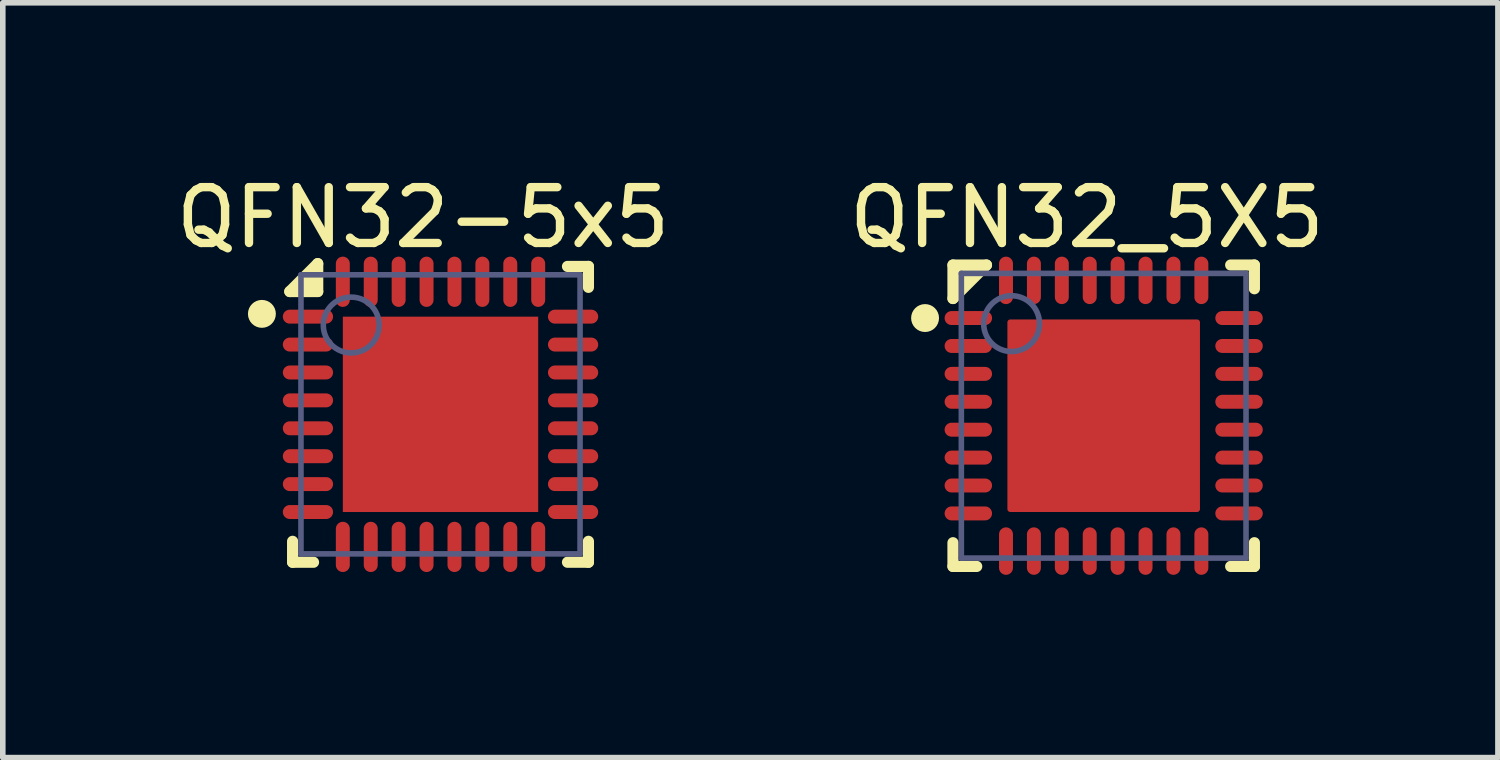
<source format=kicad_pcb>
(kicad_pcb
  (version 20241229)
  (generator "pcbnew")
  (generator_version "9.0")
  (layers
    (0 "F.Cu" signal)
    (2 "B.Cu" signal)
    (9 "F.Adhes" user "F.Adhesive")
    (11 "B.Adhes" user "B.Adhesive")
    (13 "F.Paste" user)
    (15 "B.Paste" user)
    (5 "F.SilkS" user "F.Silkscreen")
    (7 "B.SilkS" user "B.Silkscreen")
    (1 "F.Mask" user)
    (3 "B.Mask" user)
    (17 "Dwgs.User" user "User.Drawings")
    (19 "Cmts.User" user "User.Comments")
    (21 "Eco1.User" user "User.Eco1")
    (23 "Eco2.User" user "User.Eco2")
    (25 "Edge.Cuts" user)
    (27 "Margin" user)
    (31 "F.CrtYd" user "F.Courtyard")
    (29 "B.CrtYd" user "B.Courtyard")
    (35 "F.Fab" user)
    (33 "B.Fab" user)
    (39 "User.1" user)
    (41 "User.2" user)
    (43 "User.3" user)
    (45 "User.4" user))
  (footprint "QFN32-5x5"
    (layer "F.Cu")
    (at 4.842 4.373)
    (property "Reference" "QFN32-5x5" (at -0.312 -3.525 0) (layer "F.SilkS") (effects (font (size 1 1) (thickness 0.15))))
    (fp_line (start -2.7 -2.2) (end -2.2 -2.7) (stroke (width 0.2) (type solid)) (layer "F.SilkS"))
    (fp_line (start -2.7 -2.2) (end -2.2 -2.2) (stroke (width 0.2) (type solid)) (layer "F.SilkS"))
    (fp_line (start -2.65 2.65) (end -2.65 2.275) (stroke (width 0.2) (type solid)) (layer "F.SilkS"))
    (fp_line (start -2.65 2.65) (end -2.275 2.65) (stroke (width 0.2) (type solid)) (layer "F.SilkS"))
    (fp_line (start -2.2 -2.2) (end -2.2 -2.7) (stroke (width 0.2) (type solid)) (layer "F.SilkS"))
    (fp_line (start 2.275 -2.65) (end 2.65 -2.65) (stroke (width 0.2) (type solid)) (layer "F.SilkS"))
    (fp_line (start 2.275 2.65) (end 2.65 2.65) (stroke (width 0.2) (type solid)) (layer "F.SilkS"))
    (fp_line (start 2.65 -2.275) (end 2.65 -2.65) (stroke (width 0.2) (type solid)) (layer "F.SilkS"))
    (fp_line (start 2.65 2.65) (end 2.65 2.275) (stroke (width 0.2) (type solid)) (layer "F.SilkS"))
    (fp_circle (center -3.2 -1.8) (end -3.2 -1.925) (stroke (width 0.25) (type solid)) (fill no) (layer "F.SilkS"))
    (fp_poly (pts (xy -2.7 -2.2) (xy -2.2 -2.7) (xy -2.2 -2.2)) (stroke (width 0) (type default)) (fill yes) (layer "F.SilkS"))
    (fp_line (start -3.075 -3.075) (end 3.075 -3.075) (stroke (width 0.05) (type solid)) (layer "Eco2.User"))
    (fp_line (start -3.075 3.075) (end -3.075 -3.075) (stroke (width 0.05) (type solid)) (layer "Eco2.User"))
    (fp_line (start -3.075 3.075) (end 3.075 3.075) (stroke (width 0.05) (type solid)) (layer "Eco2.User"))
    (fp_line (start -0.5 0) (end 0.5 0) (stroke (width 0.1) (type solid)) (layer "Eco2.User"))
    (fp_line (start 0 0.5) (end 0 -0.5) (stroke (width 0.1) (type solid)) (layer "Eco2.User"))
    (fp_line (start 3.075 3.075) (end 3.075 -3.075) (stroke (width 0.05) (type solid)) (layer "Eco2.User"))
    (fp_line (start -2.5 -2.5) (end 2.5 -2.5) (stroke (width 0.1) (type solid)) (layer "B.Fab"))
    (fp_line (start -2.5 2.5) (end -2.5 -2.5) (stroke (width 0.1) (type solid)) (layer "B.Fab"))
    (fp_line (start -2.5 2.5) (end 2.5 2.5) (stroke (width 0.1) (type solid)) (layer "B.Fab"))
    (fp_line (start 2.5 2.5) (end 2.5 -2.5) (stroke (width 0.1) (type solid)) (layer "B.Fab"))
    (fp_circle (center -1.6 -1.6) (end -1.6 -2.1) (stroke (width 0.1) (type solid)) (fill no) (layer "B.Fab"))
    (pad "1" smd oval (at -2.375 -1.75 90) (size 0.25 0.9) (layers "F.Cu" "F.Mask" "F.Paste"))
    (pad "2" smd oval (at -2.375 -1.25 90) (size 0.25 0.9) (layers "F.Cu" "F.Mask" "F.Paste"))
    (pad "3" smd oval (at -2.375 -0.75 90) (size 0.25 0.9) (layers "F.Cu" "F.Mask" "F.Paste"))
    (pad "4" smd oval (at -2.375 -0.25 90) (size 0.25 0.9) (layers "F.Cu" "F.Mask" "F.Paste"))
    (pad "5" smd oval (at -2.375 0.25 90) (size 0.25 0.9) (layers "F.Cu" "F.Mask" "F.Paste"))
    (pad "6" smd oval (at -2.375 0.75 90) (size 0.25 0.9) (layers "F.Cu" "F.Mask" "F.Paste"))
    (pad "7" smd oval (at -2.375 1.25 90) (size 0.25 0.9) (layers "F.Cu" "F.Mask" "F.Paste"))
    (pad "8" smd oval (at -2.375 1.75 90) (size 0.25 0.9) (layers "F.Cu" "F.Mask" "F.Paste"))
    (pad "9" smd oval (at -1.75 2.375) (size 0.25 0.9) (layers "F.Cu" "F.Mask" "F.Paste"))
    (pad "10" smd oval (at -1.25 2.375) (size 0.25 0.9) (layers "F.Cu" "F.Mask" "F.Paste"))
    (pad "11" smd oval (at -0.75 2.375) (size 0.25 0.9) (layers "F.Cu" "F.Mask" "F.Paste"))
    (pad "12" smd oval (at -0.25 2.375) (size 0.25 0.9) (layers "F.Cu" "F.Mask" "F.Paste"))
    (pad "13" smd oval (at 0.25 2.375) (size 0.25 0.9) (layers "F.Cu" "F.Mask" "F.Paste"))
    (pad "14" smd oval (at 0.75 2.375) (size 0.25 0.9) (layers "F.Cu" "F.Mask" "F.Paste"))
    (pad "15" smd oval (at 1.25 2.375) (size 0.25 0.9) (layers "F.Cu" "F.Mask" "F.Paste"))
    (pad "16" smd oval (at 1.75 2.375) (size 0.25 0.9) (layers "F.Cu" "F.Mask" "F.Paste"))
    (pad "17" smd oval (at 2.375 1.75 90) (size 0.25 0.9) (layers "F.Cu" "F.Mask" "F.Paste"))
    (pad "18" smd oval (at 2.375 1.25 90) (size 0.25 0.9) (layers "F.Cu" "F.Mask" "F.Paste"))
    (pad "19" smd oval (at 2.375 0.75 90) (size 0.25 0.9) (layers "F.Cu" "F.Mask" "F.Paste"))
    (pad "20" smd oval (at 2.375 0.25 90) (size 0.25 0.9) (layers "F.Cu" "F.Mask" "F.Paste"))
    (pad "21" smd oval (at 2.375 -0.25 90) (size 0.25 0.9) (layers "F.Cu" "F.Mask" "F.Paste"))
    (pad "22" smd oval (at 2.375 -0.75 90) (size 0.25 0.9) (layers "F.Cu" "F.Mask" "F.Paste"))
    (pad "23" smd oval (at 2.375 -1.25 90) (size 0.25 0.9) (layers "F.Cu" "F.Mask" "F.Paste"))
    (pad "24" smd oval (at 2.375 -1.75 90) (size 0.25 0.9) (layers "F.Cu" "F.Mask" "F.Paste"))
    (pad "25" smd oval (at 1.75 -2.375) (size 0.25 0.9) (layers "F.Cu" "F.Mask" "F.Paste"))
    (pad "26" smd oval (at 1.25 -2.375) (size 0.25 0.9) (layers "F.Cu" "F.Mask" "F.Paste"))
    (pad "27" smd oval (at 0.75 -2.375) (size 0.25 0.9) (layers "F.Cu" "F.Mask" "F.Paste"))
    (pad "28" smd oval (at 0.25 -2.375) (size 0.25 0.9) (layers "F.Cu" "F.Mask" "F.Paste"))
    (pad "29" smd oval (at -0.25 -2.375) (size 0.25 0.9) (layers "F.Cu" "F.Mask" "F.Paste"))
    (pad "30" smd oval (at -0.75 -2.375) (size 0.25 0.9) (layers "F.Cu" "F.Mask" "F.Paste"))
    (pad "31" smd oval (at -1.25 -2.375) (size 0.25 0.9) (layers "F.Cu" "F.Mask" "F.Paste"))
    (pad "32" smd oval (at -1.75 -2.375) (size 0.25 0.9) (layers "F.Cu" "F.Mask" "F.Paste"))
    (pad "33" smd rect (at 0 0) (size 3.5 3.5) (layers "F.Cu" "F.Mask" "F.Paste")))
  (footprint "QFN32_5X5"
    (layer "F.Cu")
    (at 16.723 4.398)
    (property "Reference" "QFN32_5X5" (at -0.3 -3.55 0) (layer "F.SilkS") (effects (font (size 1 1) (thickness 0.15))))
    (fp_line (start -2.7 -2.7) (end -2.1 -2.7) (stroke (width 0.2) (type solid)) (layer "F.SilkS"))
    (fp_line (start -2.7 -2.1) (end -2.7 -2.7) (stroke (width 0.2) (type solid)) (layer "F.SilkS"))
    (fp_line (start -2.7 -2.1) (end -2.1 -2.7) (stroke (width 0.2) (type solid)) (layer "F.SilkS"))
    (fp_line (start -2.7 2.7) (end -2.7 2.275) (stroke (width 0.2) (type solid)) (layer "F.SilkS"))
    (fp_line (start -2.7 2.7) (end -2.275 2.7) (stroke (width 0.2) (type solid)) (layer "F.SilkS"))
    (fp_line (start 2.275 -2.7) (end 2.7 -2.7) (stroke (width 0.2) (type solid)) (layer "F.SilkS"))
    (fp_line (start 2.275 2.7) (end 2.7 2.7) (stroke (width 0.2) (type solid)) (layer "F.SilkS"))
    (fp_line (start 2.7 -2.275) (end 2.7 -2.7) (stroke (width 0.2) (type solid)) (layer "F.SilkS"))
    (fp_line (start 2.7 2.7) (end 2.7 2.275) (stroke (width 0.2) (type solid)) (layer "F.SilkS"))
    (fp_circle (center -3.2 -1.75) (end -3.2 -1.875) (stroke (width 0.25) (type solid)) (fill no) (layer "F.SilkS"))
    (fp_poly (pts (xy -2.1 -2.7) (xy -2.7 -2.1) (xy -2.7 -2.7)) (stroke (width 0) (type default)) (fill yes) (layer "F.SilkS"))
    (fp_line (start -3.1 -3.1) (end 3.1 -3.1) (stroke (width 0.05) (type solid)) (layer "Eco2.User"))
    (fp_line (start -3.1 3.1) (end -3.1 -3.1) (stroke (width 0.05) (type solid)) (layer "Eco2.User"))
    (fp_line (start -3.1 3.1) (end 3.1 3.1) (stroke (width 0.05) (type solid)) (layer "Eco2.User"))
    (fp_line (start -0.5 0) (end 0.5 0) (stroke (width 0.1) (type solid)) (layer "Eco2.User"))
    (fp_line (start 0 0.5) (end 0 -0.5) (stroke (width 0.1) (type solid)) (layer "Eco2.User"))
    (fp_line (start 3.1 3.1) (end 3.1 -3.1) (stroke (width 0.05) (type solid)) (layer "Eco2.User"))
    (fp_line (start -2.55 -2.55) (end 2.55 -2.55) (stroke (width 0.1) (type solid)) (layer "B.Fab"))
    (fp_line (start -2.55 2.55) (end -2.55 -2.55) (stroke (width 0.1) (type solid)) (layer "B.Fab"))
    (fp_line (start -2.55 2.55) (end 2.55 2.55) (stroke (width 0.1) (type solid)) (layer "B.Fab"))
    (fp_line (start 2.55 2.55) (end 2.55 -2.55) (stroke (width 0.1) (type solid)) (layer "B.Fab"))
    (fp_circle (center -1.65 -1.65) (end -1.65 -2.15) (stroke (width 0.1) (type solid)) (fill no) (layer "B.Fab"))
    (pad "1" smd oval (at -2.425 -1.75 90) (size 0.25 0.85) (layers "F.Cu" "F.Mask" "F.Paste"))
    (pad "2" smd oval (at -2.425 -1.25 90) (size 0.25 0.85) (layers "F.Cu" "F.Mask" "F.Paste"))
    (pad "3" smd oval (at -2.425 -0.75 90) (size 0.25 0.85) (layers "F.Cu" "F.Mask" "F.Paste"))
    (pad "4" smd oval (at -2.425 -0.25 90) (size 0.25 0.85) (layers "F.Cu" "F.Mask" "F.Paste"))
    (pad "5" smd oval (at -2.425 0.25 90) (size 0.25 0.85) (layers "F.Cu" "F.Mask" "F.Paste"))
    (pad "6" smd oval (at -2.425 0.75 90) (size 0.25 0.85) (layers "F.Cu" "F.Mask" "F.Paste"))
    (pad "7" smd oval (at -2.425 1.25 90) (size 0.25 0.85) (layers "F.Cu" "F.Mask" "F.Paste"))
    (pad "8" smd oval (at -2.425 1.75 90) (size 0.25 0.85) (layers "F.Cu" "F.Mask" "F.Paste"))
    (pad "9" smd oval (at -1.75 2.425) (size 0.25 0.85) (layers "F.Cu" "F.Mask" "F.Paste"))
    (pad "10" smd oval (at -1.25 2.425) (size 0.25 0.85) (layers "F.Cu" "F.Mask" "F.Paste"))
    (pad "11" smd oval (at -0.75 2.425) (size 0.25 0.85) (layers "F.Cu" "F.Mask" "F.Paste"))
    (pad "12" smd oval (at -0.25 2.425) (size 0.25 0.85) (layers "F.Cu" "F.Mask" "F.Paste"))
    (pad "13" smd oval (at 0.25 2.425) (size 0.25 0.85) (layers "F.Cu" "F.Mask" "F.Paste"))
    (pad "14" smd oval (at 0.75 2.425) (size 0.25 0.85) (layers "F.Cu" "F.Mask" "F.Paste"))
    (pad "15" smd oval (at 1.25 2.425) (size 0.25 0.85) (layers "F.Cu" "F.Mask" "F.Paste"))
    (pad "16" smd oval (at 1.75 2.425) (size 0.25 0.85) (layers "F.Cu" "F.Mask" "F.Paste"))
    (pad "17" smd oval (at 2.425 1.75 90) (size 0.25 0.85) (layers "F.Cu" "F.Mask" "F.Paste"))
    (pad "18" smd oval (at 2.425 1.25 90) (size 0.25 0.85) (layers "F.Cu" "F.Mask" "F.Paste"))
    (pad "19" smd oval (at 2.425 0.75 90) (size 0.25 0.85) (layers "F.Cu" "F.Mask" "F.Paste"))
    (pad "20" smd oval (at 2.425 0.25 90) (size 0.25 0.85) (layers "F.Cu" "F.Mask" "F.Paste"))
    (pad "21" smd oval (at 2.425 -0.25 90) (size 0.25 0.85) (layers "F.Cu" "F.Mask" "F.Paste"))
    (pad "22" smd oval (at 2.425 -0.75 90) (size 0.25 0.85) (layers "F.Cu" "F.Mask" "F.Paste"))
    (pad "23" smd oval (at 2.425 -1.25 90) (size 0.25 0.85) (layers "F.Cu" "F.Mask" "F.Paste"))
    (pad "24" smd oval (at 2.425 -1.75 90) (size 0.25 0.85) (layers "F.Cu" "F.Mask" "F.Paste"))
    (pad "25" smd oval (at 1.75 -2.425) (size 0.25 0.85) (layers "F.Cu" "F.Mask" "F.Paste"))
    (pad "26" smd oval (at 1.25 -2.425) (size 0.25 0.85) (layers "F.Cu" "F.Mask" "F.Paste"))
    (pad "27" smd oval (at 0.75 -2.425) (size 0.25 0.85) (layers "F.Cu" "F.Mask" "F.Paste"))
    (pad "28" smd oval (at 0.25 -2.425) (size 0.25 0.85) (layers "F.Cu" "F.Mask" "F.Paste"))
    (pad "29" smd oval (at -0.25 -2.425) (size 0.25 0.85) (layers "F.Cu" "F.Mask" "F.Paste"))
    (pad "30" smd oval (at -0.75 -2.425) (size 0.25 0.85) (layers "F.Cu" "F.Mask" "F.Paste"))
    (pad "31" smd oval (at -1.25 -2.425) (size 0.25 0.85) (layers "F.Cu" "F.Mask" "F.Paste"))
    (pad "32" smd oval (at -1.75 -2.425) (size 0.25 0.85) (layers "F.Cu" "F.Mask" "F.Paste"))
    (pad "33" smd roundrect (at 0 0) (size 3.45 3.45) (layers "F.Cu" "F.Mask" "F.Paste") (roundrect_rratio 0.015)))
  (gr_rect
    (start -3 -3)
    (end 23.786 10.523)
    (stroke (width 0.1) (type default))
    (fill no)
    (layer "Edge.Cuts")))
</source>
